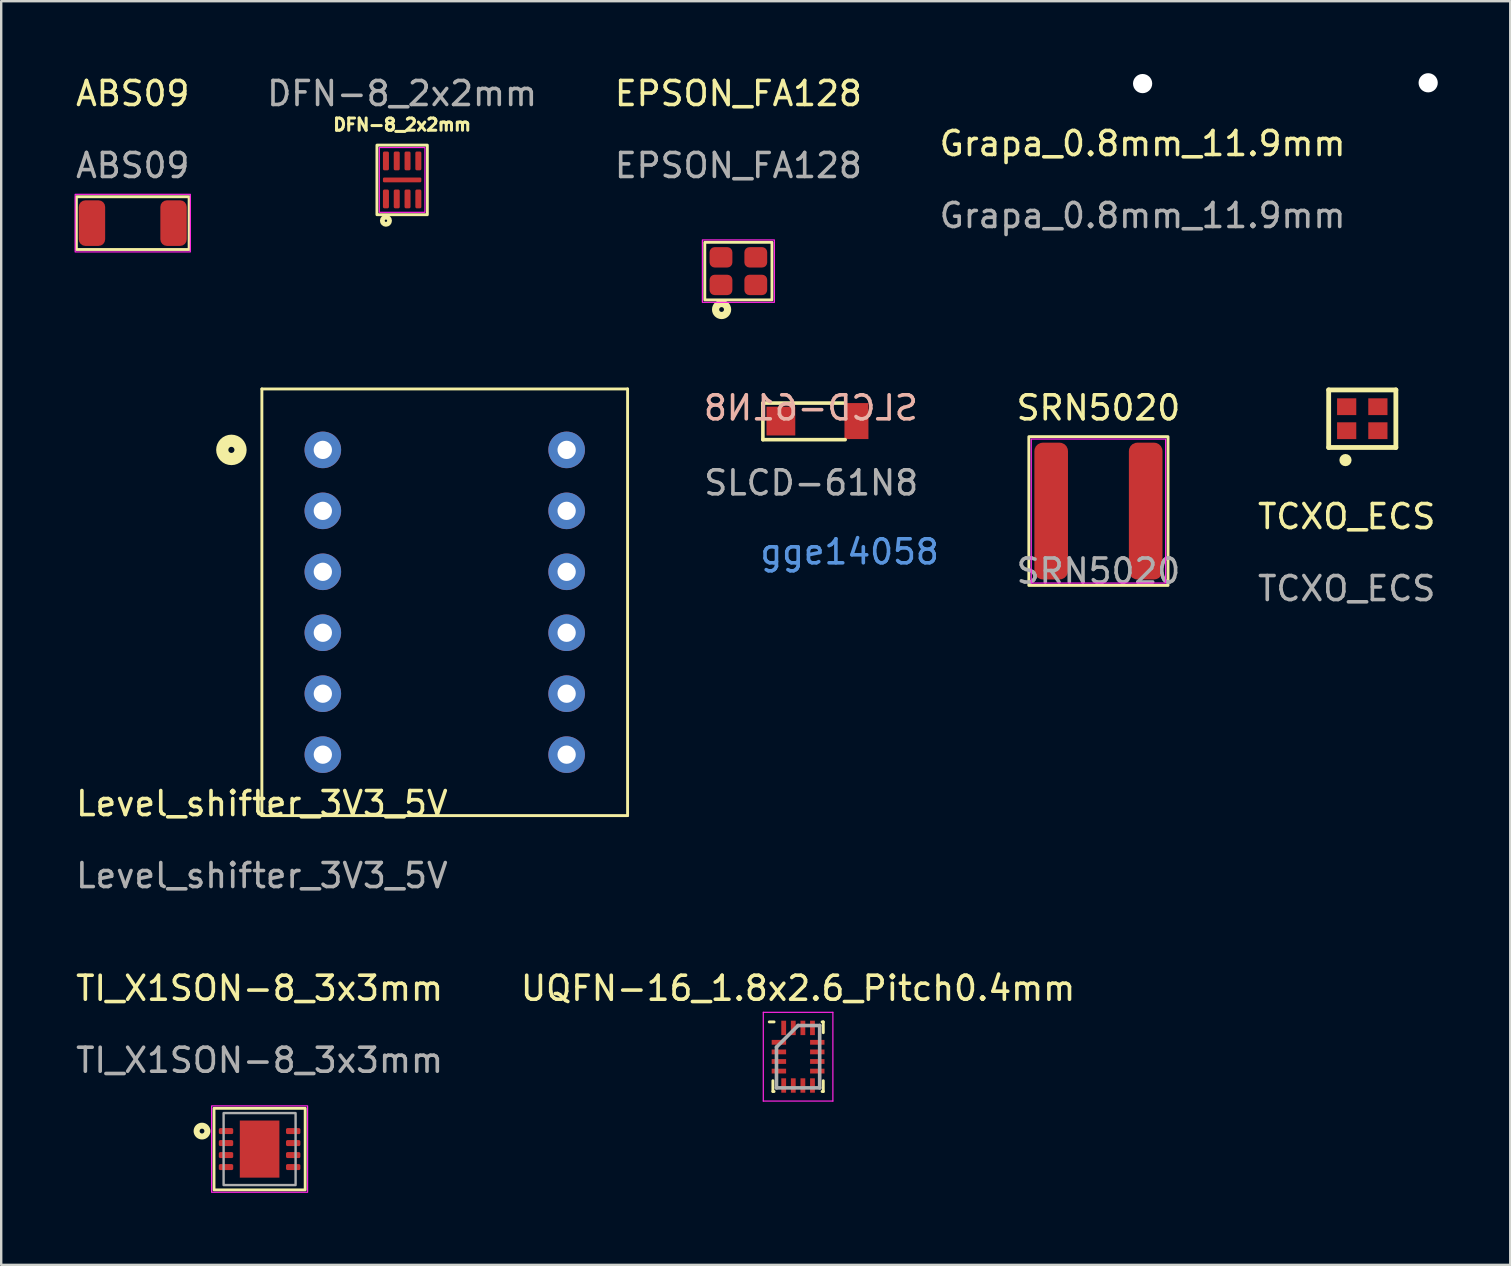
<source format=kicad_pcb>
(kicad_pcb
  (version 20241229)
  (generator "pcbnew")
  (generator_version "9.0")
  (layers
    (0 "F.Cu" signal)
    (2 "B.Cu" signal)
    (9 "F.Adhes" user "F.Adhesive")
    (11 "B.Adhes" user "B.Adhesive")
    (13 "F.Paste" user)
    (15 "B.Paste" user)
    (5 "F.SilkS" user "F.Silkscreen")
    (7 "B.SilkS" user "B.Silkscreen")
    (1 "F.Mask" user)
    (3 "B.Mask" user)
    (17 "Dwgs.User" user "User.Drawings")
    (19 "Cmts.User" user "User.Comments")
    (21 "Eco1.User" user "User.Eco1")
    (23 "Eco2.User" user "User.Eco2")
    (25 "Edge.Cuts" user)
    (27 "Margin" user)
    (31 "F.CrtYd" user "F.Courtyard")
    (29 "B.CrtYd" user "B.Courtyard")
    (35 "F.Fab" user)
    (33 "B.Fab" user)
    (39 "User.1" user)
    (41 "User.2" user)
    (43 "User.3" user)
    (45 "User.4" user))
  (footprint "SRN5020"
    (layer "F.Cu")
    (at 42.724 18.247)
    (property "Reference" "SRN5020" (at 0 -4.3 0) (unlocked yes) (layer "F.SilkS") (effects (font (size 1 1) (thickness 0.15))))
    (attr smd)
    (fp_rect (start -2.9 -3.1) (end 2.9 3.1) (stroke (width 0.12) (type solid)) (fill no) (layer "F.SilkS"))
    (fp_rect (start -2.8 -3) (end 2.8 3) (stroke (width 0.05) (type solid)) (fill no) (layer "F.CrtYd"))
    (fp_text user "${REFERENCE}" (at 0 2.5 0) (unlocked yes) (layer "F.Fab") (effects (font (size 1 1) (thickness 0.15))))
    (pad "1" smd roundrect (at -1.969 0) (size 1.4 5.7) (layers "F.Cu" "F.Mask" "F.Paste") (roundrect_rratio 0.25))
    (pad "2" smd roundrect (at 1.969 0) (size 1.4 5.7) (layers "F.Cu" "F.Mask" "F.Paste") (roundrect_rratio 0.25)))
  (footprint "ABS09"
    (layer "F.Cu")
    (at 2.482 6.248)
    (property "Reference" "ABS09" (at 0 -5.4 0) (unlocked yes) (layer "F.SilkS") (effects (font (size 1 1) (thickness 0.15))))
    (attr smd)
    (fp_rect (start -2.35 -1.1) (end 2.35 1.1) (stroke (width 0.12) (type solid)) (fill no) (layer "F.SilkS"))
    (fp_rect (start -2.4 -1.2) (end 2.4 1.2) (stroke (width 0.05) (type solid)) (fill no) (layer "F.CrtYd"))
    (fp_text user "${REFERENCE}" (at 0 -2.4 0) (unlocked yes) (layer "F.Fab") (effects (font (size 1 1) (thickness 0.15))))
    (pad "1" smd roundrect (at -1.7 0) (size 1.1 1.9) (layers "F.Cu" "F.Mask" "F.Paste") (roundrect_rratio 0.25))
    (pad "2" smd roundrect (at 1.7 0) (size 1.1 1.9) (layers "F.Cu" "F.Mask" "F.Paste") (roundrect_rratio 0.25)))
  (footprint "Grapa_0.8mm_11.9mm"
    (layer "F.Cu")
    (at 44.565 3.433)
    (property "Reference" "Grapa_0.8mm_11.9mm" (at 0 -0.5 0) (unlocked yes) (layer "F.SilkS") (effects (font (size 1 1) (thickness 0.15))))
    (attr smd)
    (fp_text user "${REFERENCE}" (at 0 2.5 0) (unlocked yes) (layer "F.Fab") (effects (font (size 1 1) (thickness 0.15))))
    (pad "" np_thru_hole circle (at 0 -3) (size 0.8 0.8) (drill 0.8) (layers "*.Cu" "*.Mask"))
    (pad "" np_thru_hole circle (at 11.9 -3.033) (size 0.8 0.8) (drill 0.8) (layers "*.Cu" "*.Mask")))
  (footprint "TI_X1SON-8_3x3mm"
    (layer "F.Cu")
    (at 7.768 44.835)
    (property "Reference" "TI_X1SON-8_3x3mm" (at 0 -6.7 0) (unlocked yes) (layer "F.SilkS") (effects (font (size 1 1) (thickness 0.15))))
    (attr smd)
    (fp_rect (start -1.9 -1.7) (end 1.9 1.7) (stroke (width 0.12) (type solid)) (fill no) (layer "F.SilkS"))
    (fp_circle (center -2.4 -0.75) (end -2.3 -0.75) (stroke (width 0.25) (type solid)) (fill no) (layer "F.SilkS"))
    (fp_rect (start -2 -1.8) (end 2 1.8) (stroke (width 0.05) (type solid)) (fill no) (layer "F.CrtYd"))
    (fp_rect (start -1.5 -1.5) (end 1.5 1.5) (stroke (width 0.1) (type solid)) (fill no) (layer "F.Fab"))
    (fp_text user "${REFERENCE}" (at 0 -3.7 0) (unlocked yes) (layer "F.Fab") (effects (font (size 1 1) (thickness 0.15))))
    (pad "1" smd roundrect (at -1.4 -0.75) (size 0.6 0.25) (layers "F.Cu" "F.Mask" "F.Paste") (roundrect_rratio 0.25))
    (pad "2" smd roundrect (at -1.4 -0.25) (size 0.6 0.25) (layers "F.Cu" "F.Mask" "F.Paste") (roundrect_rratio 0.25))
    (pad "3" smd roundrect (at -1.4 0.25) (size 0.6 0.25) (layers "F.Cu" "F.Mask" "F.Paste") (roundrect_rratio 0.25))
    (pad "4" smd roundrect (at -1.4 0.75) (size 0.6 0.25) (layers "F.Cu" "F.Mask" "F.Paste") (roundrect_rratio 0.25))
    (pad "5" smd roundrect (at 1.4 0.75) (size 0.6 0.25) (layers "F.Cu" "F.Mask" "F.Paste") (roundrect_rratio 0.25))
    (pad "6" smd roundrect (at 1.4 0.25) (size 0.6 0.25) (layers "F.Cu" "F.Mask" "F.Paste") (roundrect_rratio 0.25))
    (pad "7" smd roundrect (at 1.4 -0.25) (size 0.6 0.25) (layers "F.Cu" "F.Mask" "F.Paste") (roundrect_rratio 0.25))
    (pad "8" smd roundrect (at 1.4 -0.75) (size 0.6 0.25) (layers "F.Cu" "F.Mask" "F.Paste") (roundrect_rratio 0.25))
    (pad "9" smd rect (at 0 0) (size 1.65 2.38) (layers "F.Cu" "F.Mask" "F.Paste")))
  (footprint "Level_shifter_3V3_5V"
    (layer "F.Cu")
    (at 7.863 30.938)
    (property "Reference" "Level_shifter_3V3_5V" (at 0 -0.5 0) (unlocked yes) (layer "F.SilkS") (effects (font (size 1 1) (thickness 0.15))))
    (attr through_hole)
    (fp_line (start 0 -17.78) (end 0 0) (stroke (width 0.12) (type solid)) (layer "F.SilkS"))
    (fp_line (start 0 0) (end 15.24 0) (stroke (width 0.12) (type solid)) (layer "F.SilkS"))
    (fp_line (start 15.24 -17.78) (end 0 -17.78) (stroke (width 0.12) (type solid)) (layer "F.SilkS"))
    (fp_line (start 15.24 0) (end 15.24 -17.78) (stroke (width 0.12) (type solid)) (layer "F.SilkS"))
    (fp_circle (center -1.27 -15.24) (end -1.143 -15.24) (stroke (width 0.508) (type solid)) (fill no) (layer "F.SilkS"))
    (fp_text user "${REFERENCE}" (at 0 2.5 0) (unlocked yes) (layer "F.Fab") (effects (font (size 1 1) (thickness 0.15))))
    (pad "1" thru_hole circle (at 2.54 -15.24) (size 1.524 1.524) (drill 0.762) (layers "*.Cu" "*.Mask"))
    (pad "2" thru_hole circle (at 2.54 -12.7) (size 1.524 1.524) (drill 0.762) (layers "*.Cu" "*.Mask"))
    (pad "3" thru_hole circle (at 2.54 -10.16) (size 1.524 1.524) (drill 0.762) (layers "*.Cu" "*.Mask"))
    (pad "4" thru_hole circle (at 2.54 -7.62) (size 1.524 1.524) (drill 0.762) (layers "*.Cu" "*.Mask"))
    (pad "5" thru_hole circle (at 2.54 -5.08) (size 1.524 1.524) (drill 0.762) (layers "*.Cu" "*.Mask"))
    (pad "6" thru_hole circle (at 2.54 -2.54) (size 1.524 1.524) (drill 0.762) (layers "*.Cu" "*.Mask"))
    (pad "7" thru_hole circle (at 12.7 -2.54) (size 1.524 1.524) (drill 0.762) (layers "*.Cu" "*.Mask"))
    (pad "8" thru_hole circle (at 12.7 -5.08) (size 1.524 1.524) (drill 0.762) (layers "*.Cu" "*.Mask"))
    (pad "9" thru_hole circle (at 12.7 -7.62) (size 1.524 1.524) (drill 0.762) (layers "*.Cu" "*.Mask"))
    (pad "10" thru_hole circle (at 12.7 -10.16) (size 1.524 1.524) (drill 0.762) (layers "*.Cu" "*.Mask"))
    (pad "11" thru_hole circle (at 12.7 -12.7) (size 1.524 1.524) (drill 0.762) (layers "*.Cu" "*.Mask"))
    (pad "12" thru_hole circle (at 12.7 -15.24) (size 1.524 1.524) (drill 0.762) (layers "*.Cu" "*.Mask")))
  (footprint "DFN-8_2x2mm"
    (layer "F.Cu")
    (at 13.708 4.448)
    (property "Reference" "DFN-8_2x2mm" (at 0 -2.3 0) (unlocked yes) (layer "F.SilkS") (effects (font (size 0.508 0.508) (thickness 0.127))))
    (attr smd)
    (fp_rect (start -1.05 -1.45) (end 1.05 1.45) (stroke (width 0.12) (type solid)) (fill no) (layer "F.SilkS"))
    (fp_circle (center -0.675 1.7) (end -0.625 1.7) (stroke (width 0.2) (type solid)) (fill no) (layer "F.SilkS"))
    (fp_rect (start 0.95 1.35) (end -0.95 -1.35) (stroke (width 0.05) (type solid)) (fill no) (layer "F.CrtYd"))
    (fp_text user "${REFERENCE}" (at 0 -3.6 0) (unlocked yes) (layer "F.Fab") (effects (font (size 1 1) (thickness 0.15))))
    (pad "1" smd roundrect (at -0.675 0.792) (size 0.25 0.785) (layers "F.Cu" "F.Mask" "F.Paste") (roundrect_rratio 0.25))
    (pad "2" smd roundrect (at -0.225 0.792) (size 0.25 0.785) (layers "F.Cu" "F.Mask" "F.Paste") (roundrect_rratio 0.25))
    (pad "3" smd roundrect (at 0.225 0.792) (size 0.25 0.785) (layers "F.Cu" "F.Mask" "F.Paste") (roundrect_rratio 0.25))
    (pad "4" smd roundrect (at 0.675 0.792 180) (size 0.25 0.785) (layers "F.Cu" "F.Mask" "F.Paste") (roundrect_rratio 0.25))
    (pad "5" smd roundrect (at 0.675 -0.792 180) (size 0.25 0.785) (layers "F.Cu" "F.Mask" "F.Paste") (roundrect_rratio 0.25))
    (pad "6" smd roundrect (at 0.225 -0.792) (size 0.25 0.785) (layers "F.Cu" "F.Mask" "F.Paste") (roundrect_rratio 0.25))
    (pad "7" smd roundrect (at -0.225 -0.792) (size 0.25 0.785) (layers "F.Cu" "F.Mask" "F.Paste") (roundrect_rratio 0.25))
    (pad "8" smd roundrect (at -0.675 -0.792) (size 0.25 0.785) (layers "F.Cu" "F.Mask" "F.Paste") (roundrect_rratio 0.25))
    (pad "9" smd roundrect (at 0 0 90) (size 0.2 1.6) (layers "F.Cu" "F.Mask" "F.Paste") (roundrect_rratio 0.25)))
  (footprint "UQFN-16_1.8x2.6_Pitch0.4mm"
    (layer "F.Cu")
    (at 30.208 40.985)
    (property "Reference" "UQFN-16_1.8x2.6_Pitch0.4mm" (at 0 -2.85 0) (layer "F.SilkS") (effects (font (size 1 1) (thickness 0.15))))
    (attr through_hole)
    (fp_line (start -1.05 1.45) (end -1.05 1) (stroke (width 0.12) (type solid)) (layer "F.SilkS"))
    (fp_line (start -1 -1.45) (end -1.2 -1.45) (stroke (width 0.12) (type solid)) (layer "F.SilkS"))
    (fp_line (start -1 1.45) (end -1.05 1.45) (stroke (width 0.12) (type solid)) (layer "F.SilkS"))
    (fp_line (start 1 -1.45) (end 1.05 -1.45) (stroke (width 0.12) (type solid)) (layer "F.SilkS"))
    (fp_line (start 1 1.45) (end 1.05 1.45) (stroke (width 0.12) (type solid)) (layer "F.SilkS"))
    (fp_line (start 1.05 -1.45) (end 1.05 -1) (stroke (width 0.12) (type solid)) (layer "F.SilkS"))
    (fp_line (start 1.05 1.45) (end 1.05 1) (stroke (width 0.12) (type solid)) (layer "F.SilkS"))
    (fp_line (start -1.45 -1.85) (end 1.45 -1.85) (stroke (width 0.05) (type solid)) (layer "F.CrtYd"))
    (fp_line (start -1.45 1.85) (end -1.45 -1.85) (stroke (width 0.05) (type solid)) (layer "F.CrtYd"))
    (fp_line (start 1.45 -1.85) (end 1.45 1.85) (stroke (width 0.05) (type solid)) (layer "F.CrtYd"))
    (fp_line (start 1.45 1.85) (end -1.45 1.85) (stroke (width 0.05) (type solid)) (layer "F.CrtYd"))
    (fp_line (start -0.9 -0.4) (end -0.9 1.3) (stroke (width 0.15) (type solid)) (layer "F.Fab"))
    (fp_line (start -0.9 1.3) (end 0.9 1.3) (stroke (width 0.15) (type solid)) (layer "F.Fab"))
    (fp_line (start 0 -1.3) (end -0.9 -0.4) (stroke (width 0.15) (type solid)) (layer "F.Fab"))
    (fp_line (start 0.9 -1.3) (end 0 -1.3) (stroke (width 0.15) (type solid)) (layer "F.Fab"))
    (fp_line (start 0.9 1.3) (end 0.9 -1.3) (stroke (width 0.15) (type solid)) (layer "F.Fab"))
    (pad "1" smd rect (at -0.8 -0.6 90) (size 0.2 0.6) (layers "F.Cu" "F.Mask" "F.Paste"))
    (pad "2" smd rect (at -0.8 -0.2 90) (size 0.2 0.6) (layers "F.Cu" "F.Mask" "F.Paste"))
    (pad "3" smd rect (at -0.8 0.2 90) (size 0.2 0.6) (layers "F.Cu" "F.Mask" "F.Paste"))
    (pad "4" smd rect (at -0.8 0.6 90) (size 0.2 0.6) (layers "F.Cu" "F.Mask" "F.Paste"))
    (pad "5" smd rect (at -0.6 1.2) (size 0.2 0.6) (layers "F.Cu" "F.Mask" "F.Paste"))
    (pad "6" smd rect (at -0.2 1.2) (size 0.2 0.6) (layers "F.Cu" "F.Mask" "F.Paste"))
    (pad "7" smd rect (at 0.2 1.2) (size 0.2 0.6) (layers "F.Cu" "F.Mask" "F.Paste"))
    (pad "8" smd rect (at 0.6 1.2) (size 0.2 0.6) (layers "F.Cu" "F.Mask" "F.Paste"))
    (pad "9" smd rect (at 0.8 0.6 90) (size 0.2 0.6) (layers "F.Cu" "F.Mask" "F.Paste"))
    (pad "10" smd rect (at 0.8 0.2 90) (size 0.2 0.6) (layers "F.Cu" "F.Mask" "F.Paste"))
    (pad "11" smd rect (at 0.8 -0.2 90) (size 0.2 0.6) (layers "F.Cu" "F.Mask" "F.Paste"))
    (pad "12" smd rect (at 0.8 -0.6 90) (size 0.2 0.6) (layers "F.Cu" "F.Mask" "F.Paste"))
    (pad "13" smd rect (at 0.6 -1.2) (size 0.2 0.6) (layers "F.Cu" "F.Mask" "F.Paste"))
    (pad "14" smd rect (at 0.2 -1.2) (size 0.2 0.6) (layers "F.Cu" "F.Mask" "F.Paste"))
    (pad "15" smd rect (at -0.2 -1.2) (size 0.2 0.6) (layers "F.Cu" "F.Mask" "F.Paste"))
    (pad "16" smd rect (at -0.6 -1.2) (size 0.2 0.6) (layers "F.Cu" "F.Mask" "F.Paste")))
  (footprint "EPSON_FA128"
    (layer "F.Cu")
    (at 27.72 8.248)
    (property "Reference" "EPSON_FA128" (at 0 -7.4 0) (unlocked yes) (layer "F.SilkS") (effects (font (size 1 1) (thickness 0.15))))
    (attr smd)
    (fp_rect (start -1.4 -1.2) (end 1.4 1.2) (stroke (width 0.12) (type solid)) (fill no) (layer "F.SilkS"))
    (fp_circle (center -0.7 1.6) (end -0.6 1.6) (stroke (width 0.3) (type solid)) (fill no) (layer "F.SilkS"))
    (fp_rect (start -1.5 -1.3) (end 1.5 1.3) (stroke (width 0.05) (type solid)) (fill no) (layer "F.CrtYd"))
    (fp_text user "${REFERENCE}" (at 0 -4.4 0) (unlocked yes) (layer "F.Fab") (effects (font (size 1 1) (thickness 0.15))))
    (pad "1" smd roundrect (at -0.725 0.575) (size 0.95 0.85) (layers "F.Cu" "F.Mask" "F.Paste") (roundrect_rratio 0.25))
    (pad "2" smd roundrect (at 0.725 0.575) (size 0.95 0.85) (layers "F.Cu" "F.Mask" "F.Paste") (roundrect_rratio 0.25))
    (pad "3" smd roundrect (at 0.725 -0.575) (size 0.95 0.85) (layers "F.Cu" "F.Mask" "F.Paste") (roundrect_rratio 0.25))
    (pad "4" smd roundrect (at -0.725 -0.575) (size 0.95 0.85) (layers "F.Cu" "F.Mask" "F.Paste") (roundrect_rratio 0.25)))
  (footprint "SLCD-61N8"
    (layer "F.Cu")
    (at 30.755 14.572)
    (property "Reference" "SLCD-61N8" (at -0.015 -0.625 0) (unlocked yes) (layer "B.SilkS") (effects (font (size 1 1) (thickness 0.15)) (justify mirror)))
    (attr smd)
    (fp_line (start -2.014 -0.825) (end -2.014 0.7) (stroke (width 0.15) (type solid)) (layer "F.SilkS"))
    (fp_line (start -2.014 -0.825) (end 1.385 -0.825) (stroke (width 0.15) (type solid)) (layer "F.SilkS"))
    (fp_line (start -2.014 0.7) (end 1.415 0.7) (stroke (width 0.15) (type solid)) (layer "F.SilkS"))
    (fp_text user "gge14058" (at 1.6 5.375 180) (layer "Cmts.User") (effects (font (size 1 1) (thickness 0.15))))
    (fp_text user "${REFERENCE}" (at 0 2.5 0) (unlocked yes) (layer "F.Fab") (effects (font (size 1 1) (thickness 0.15))))
    (pad "1" smd rect (at 1.885 -0.075) (size 1 1.5) (layers "F.Cu" "F.Mask" "F.Paste"))
    (pad "2" smd rect (at -1.264 -0.075) (size 1.2 1.2) (layers "F.Cu" "F.Mask" "F.Paste")))
  (footprint "TCXO_ECS"
    (layer "F.Cu")
    (at 53.069 18.978)
    (property "Reference" "TCXO_ECS" (at 0 -0.5 0) (unlocked yes) (layer "F.SilkS") (effects (font (size 1 1) (thickness 0.15))))
    (attr smd)
    (fp_line (start -0.75 -3.38) (end -0.75 -5.78) (stroke (width 0.2) (type solid)) (layer "F.SilkS"))
    (fp_line (start 2.05 -5.78) (end -0.75 -5.78) (stroke (width 0.2) (type solid)) (layer "F.SilkS"))
    (fp_line (start 2.05 -3.38) (end -0.75 -3.38) (stroke (width 0.2) (type solid)) (layer "F.SilkS"))
    (fp_line (start 2.05 -3.38) (end 2.05 -5.78) (stroke (width 0.2) (type solid)) (layer "F.SilkS"))
    (fp_circle (center -0.05 -2.855) (end -0.05 -2.982) (stroke (width 0.254) (type solid)) (fill no) (layer "F.SilkS"))
    (fp_text user "${REFERENCE}" (at 0 2.5 0) (unlocked yes) (layer "F.Fab") (effects (font (size 1 1) (thickness 0.15))))
    (pad "1" smd rect (at 0 -4.08 180) (size 0.8 0.7) (layers "F.Cu" "F.Mask" "F.Paste"))
    (pad "2" smd rect (at 1.3 -4.08 180) (size 0.8 0.7) (layers "F.Cu" "F.Mask" "F.Paste"))
    (pad "3" smd rect (at 1.3 -5.08 180) (size 0.8 0.7) (layers "F.Cu" "F.Mask" "F.Paste"))
    (pad "4" smd rect (at 0 -5.08 180) (size 0.8 0.7) (layers "F.Cu" "F.Mask" "F.Paste")))
  (gr_rect
    (start -3 -3)
    (end 59.885 49.66)
    (stroke (width 0.1) (type default))
    (fill no)
    (layer "Edge.Cuts")))
</source>
